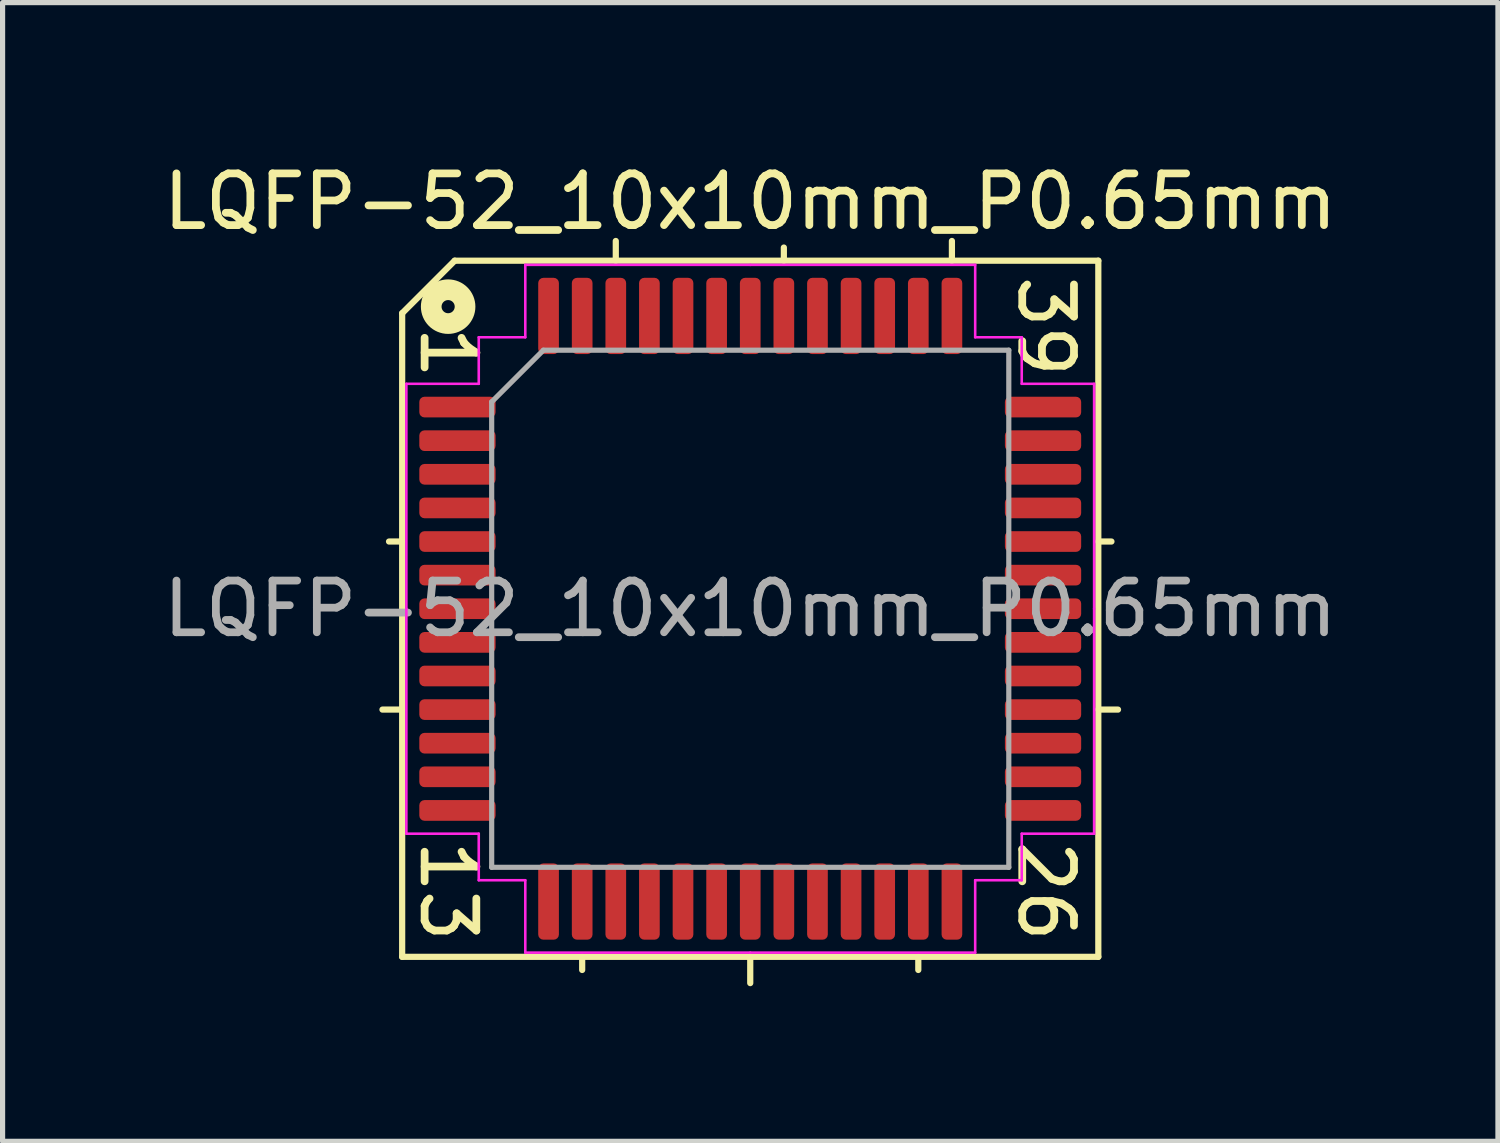
<source format=kicad_pcb>
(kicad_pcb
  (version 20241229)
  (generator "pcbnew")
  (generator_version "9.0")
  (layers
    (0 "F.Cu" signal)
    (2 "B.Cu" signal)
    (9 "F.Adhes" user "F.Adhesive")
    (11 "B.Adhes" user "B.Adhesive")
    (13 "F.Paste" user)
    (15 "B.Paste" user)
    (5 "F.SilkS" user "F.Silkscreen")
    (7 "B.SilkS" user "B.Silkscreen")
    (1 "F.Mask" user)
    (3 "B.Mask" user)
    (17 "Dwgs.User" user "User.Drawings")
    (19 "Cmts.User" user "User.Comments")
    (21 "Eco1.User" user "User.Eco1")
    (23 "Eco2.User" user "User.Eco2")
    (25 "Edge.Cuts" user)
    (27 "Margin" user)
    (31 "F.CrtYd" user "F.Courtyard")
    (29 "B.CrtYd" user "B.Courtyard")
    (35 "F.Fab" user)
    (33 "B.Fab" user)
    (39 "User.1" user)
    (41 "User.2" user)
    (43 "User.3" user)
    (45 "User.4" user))
  (footprint "LQFP-52_10x10mm_P0.65mm"
    (layer "F.Cu")
    (at 11.458 8.722)
    (property "Reference" "LQFP-52_10x10mm_P0.65mm" (at 0 -7.874 0) (layer "F.SilkS") (effects (font (size 1 1) (thickness 0.15))))
    (attr smd)
    (fp_line (start -6.731 -5.715) (end -6.731 6.731) (stroke (width 0.12) (type solid)) (layer "F.SilkS"))
    (fp_line (start -6.731 -1.3) (end -6.985 -1.3) (stroke (width 0.12) (type solid)) (layer "F.SilkS"))
    (fp_line (start -6.731 1.95) (end -7.112 1.95) (stroke (width 0.12) (type solid)) (layer "F.SilkS"))
    (fp_line (start -6.731 6.731) (end 6.731 6.731) (stroke (width 0.12) (type solid)) (layer "F.SilkS"))
    (fp_line (start -5.715 -6.731) (end -6.731 -5.715) (stroke (width 0.12) (type solid)) (layer "F.SilkS"))
    (fp_line (start -3.25 6.731) (end -3.25 6.985) (stroke (width 0.12) (type solid)) (layer "F.SilkS"))
    (fp_line (start -2.6 -6.731) (end -2.6 -7.112) (stroke (width 0.12) (type solid)) (layer "F.SilkS"))
    (fp_line (start 0 6.731) (end 0 7.239) (stroke (width 0.12) (type solid)) (layer "F.SilkS"))
    (fp_line (start 0.65 -6.731) (end 0.65 -6.985) (stroke (width 0.12) (type solid)) (layer "F.SilkS"))
    (fp_line (start 3.25 6.731) (end 3.25 6.985) (stroke (width 0.12) (type solid)) (layer "F.SilkS"))
    (fp_line (start 3.9 -6.731) (end 3.9 -7.112) (stroke (width 0.12) (type solid)) (layer "F.SilkS"))
    (fp_line (start 6.731 -6.731) (end -5.715 -6.731) (stroke (width 0.12) (type solid)) (layer "F.SilkS"))
    (fp_line (start 6.731 -1.3) (end 6.985 -1.3) (stroke (width 0.12) (type solid)) (layer "F.SilkS"))
    (fp_line (start 6.731 1.95) (end 7.112 1.95) (stroke (width 0.12) (type solid)) (layer "F.SilkS"))
    (fp_line (start 6.731 6.731) (end 6.731 -6.731) (stroke (width 0.12) (type solid)) (layer "F.SilkS"))
    (fp_circle (center -5.842 -5.842) (end -5.715 -5.842) (stroke (width 0.4) (type solid)) (fill no) (layer "F.SilkS"))
    (fp_line (start -6.65 -4.35) (end -6.65 0) (stroke (width 0.05) (type solid)) (layer "F.CrtYd"))
    (fp_line (start -6.65 4.35) (end -6.65 0) (stroke (width 0.05) (type solid)) (layer "F.CrtYd"))
    (fp_line (start -5.25 -5.25) (end -5.25 -4.35) (stroke (width 0.05) (type solid)) (layer "F.CrtYd"))
    (fp_line (start -5.25 -4.35) (end -6.65 -4.35) (stroke (width 0.05) (type solid)) (layer "F.CrtYd"))
    (fp_line (start -5.25 4.35) (end -6.65 4.35) (stroke (width 0.05) (type solid)) (layer "F.CrtYd"))
    (fp_line (start -5.25 5.25) (end -5.25 4.35) (stroke (width 0.05) (type solid)) (layer "F.CrtYd"))
    (fp_line (start -4.35 -6.65) (end -4.35 -5.25) (stroke (width 0.05) (type solid)) (layer "F.CrtYd"))
    (fp_line (start -4.35 -5.25) (end -5.25 -5.25) (stroke (width 0.05) (type solid)) (layer "F.CrtYd"))
    (fp_line (start -4.35 5.25) (end -5.25 5.25) (stroke (width 0.05) (type solid)) (layer "F.CrtYd"))
    (fp_line (start -4.35 6.65) (end -4.35 5.25) (stroke (width 0.05) (type solid)) (layer "F.CrtYd"))
    (fp_line (start 0 -6.65) (end -4.35 -6.65) (stroke (width 0.05) (type solid)) (layer "F.CrtYd"))
    (fp_line (start 0 -6.65) (end 4.35 -6.65) (stroke (width 0.05) (type solid)) (layer "F.CrtYd"))
    (fp_line (start 0 6.65) (end -4.35 6.65) (stroke (width 0.05) (type solid)) (layer "F.CrtYd"))
    (fp_line (start 0 6.65) (end 4.35 6.65) (stroke (width 0.05) (type solid)) (layer "F.CrtYd"))
    (fp_line (start 4.35 -6.65) (end 4.35 -5.25) (stroke (width 0.05) (type solid)) (layer "F.CrtYd"))
    (fp_line (start 4.35 -5.25) (end 5.25 -5.25) (stroke (width 0.05) (type solid)) (layer "F.CrtYd"))
    (fp_line (start 4.35 5.25) (end 5.25 5.25) (stroke (width 0.05) (type solid)) (layer "F.CrtYd"))
    (fp_line (start 4.35 6.65) (end 4.35 5.25) (stroke (width 0.05) (type solid)) (layer "F.CrtYd"))
    (fp_line (start 5.25 -5.25) (end 5.25 -4.35) (stroke (width 0.05) (type solid)) (layer "F.CrtYd"))
    (fp_line (start 5.25 -4.35) (end 6.65 -4.35) (stroke (width 0.05) (type solid)) (layer "F.CrtYd"))
    (fp_line (start 5.25 4.35) (end 6.65 4.35) (stroke (width 0.05) (type solid)) (layer "F.CrtYd"))
    (fp_line (start 5.25 5.25) (end 5.25 4.35) (stroke (width 0.05) (type solid)) (layer "F.CrtYd"))
    (fp_line (start 6.65 -4.35) (end 6.65 0) (stroke (width 0.05) (type solid)) (layer "F.CrtYd"))
    (fp_line (start 6.65 4.35) (end 6.65 0) (stroke (width 0.05) (type solid)) (layer "F.CrtYd"))
    (fp_line (start -5 -4) (end -4 -5) (stroke (width 0.1) (type solid)) (layer "F.Fab"))
    (fp_line (start -5 5) (end -5 -4) (stroke (width 0.1) (type solid)) (layer "F.Fab"))
    (fp_line (start -4 -5) (end 5 -5) (stroke (width 0.1) (type solid)) (layer "F.Fab"))
    (fp_line (start 5 -5) (end 5 5) (stroke (width 0.1) (type solid)) (layer "F.Fab"))
    (fp_line (start 5 5) (end -5 5) (stroke (width 0.1) (type solid)) (layer "F.Fab"))
    (fp_text user "13" (at -5.842 5.461 270) (unlocked yes) (layer "F.SilkS") (effects (font (size 1 1) (thickness 0.15))))
    (fp_text user "26" (at 5.715 5.461 270) (unlocked yes) (layer "F.SilkS") (effects (font (size 1 1) (thickness 0.15))))
    (fp_text user "1" (at -5.842 -4.953 270) (unlocked yes) (layer "F.SilkS") (effects (font (size 1 1) (thickness 0.15))))
    (fp_text user "39" (at 5.715 -5.461 270) (unlocked yes) (layer "F.SilkS") (effects (font (size 1 1) (thickness 0.15))))
    (fp_text user "${REFERENCE}" (at 0 0 0) (layer "F.Fab") (effects (font (size 1 1) (thickness 0.15))))
    (pad "1" smd roundrect (at -5.662 -3.9) (size 1.475 0.4) (layers "F.Cu" "F.Mask" "F.Paste") (roundrect_rratio 0.25))
    (pad "2" smd roundrect (at -5.662 -3.25) (size 1.475 0.4) (layers "F.Cu" "F.Mask" "F.Paste") (roundrect_rratio 0.25))
    (pad "3" smd roundrect (at -5.662 -2.6) (size 1.475 0.4) (layers "F.Cu" "F.Mask" "F.Paste") (roundrect_rratio 0.25))
    (pad "4" smd roundrect (at -5.662 -1.95) (size 1.475 0.4) (layers "F.Cu" "F.Mask" "F.Paste") (roundrect_rratio 0.25))
    (pad "5" smd roundrect (at -5.662 -1.3) (size 1.475 0.4) (layers "F.Cu" "F.Mask" "F.Paste") (roundrect_rratio 0.25))
    (pad "6" smd roundrect (at -5.662 -0.65) (size 1.475 0.4) (layers "F.Cu" "F.Mask" "F.Paste") (roundrect_rratio 0.25))
    (pad "7" smd roundrect (at -5.662 0) (size 1.475 0.4) (layers "F.Cu" "F.Mask" "F.Paste") (roundrect_rratio 0.25))
    (pad "8" smd roundrect (at -5.662 0.65) (size 1.475 0.4) (layers "F.Cu" "F.Mask" "F.Paste") (roundrect_rratio 0.25))
    (pad "9" smd roundrect (at -5.662 1.3) (size 1.475 0.4) (layers "F.Cu" "F.Mask" "F.Paste") (roundrect_rratio 0.25))
    (pad "10" smd roundrect (at -5.662 1.95) (size 1.475 0.4) (layers "F.Cu" "F.Mask" "F.Paste") (roundrect_rratio 0.25))
    (pad "11" smd roundrect (at -5.662 2.6) (size 1.475 0.4) (layers "F.Cu" "F.Mask" "F.Paste") (roundrect_rratio 0.25))
    (pad "12" smd roundrect (at -5.662 3.25) (size 1.475 0.4) (layers "F.Cu" "F.Mask" "F.Paste") (roundrect_rratio 0.25))
    (pad "13" smd roundrect (at -5.662 3.9) (size 1.475 0.4) (layers "F.Cu" "F.Mask" "F.Paste") (roundrect_rratio 0.25))
    (pad "14" smd roundrect (at -3.9 5.662) (size 0.4 1.475) (layers "F.Cu" "F.Mask" "F.Paste") (roundrect_rratio 0.25))
    (pad "15" smd roundrect (at -3.25 5.662) (size 0.4 1.475) (layers "F.Cu" "F.Mask" "F.Paste") (roundrect_rratio 0.25))
    (pad "16" smd roundrect (at -2.6 5.662) (size 0.4 1.475) (layers "F.Cu" "F.Mask" "F.Paste") (roundrect_rratio 0.25))
    (pad "17" smd roundrect (at -1.95 5.662) (size 0.4 1.475) (layers "F.Cu" "F.Mask" "F.Paste") (roundrect_rratio 0.25))
    (pad "18" smd roundrect (at -1.3 5.662) (size 0.4 1.475) (layers "F.Cu" "F.Mask" "F.Paste") (roundrect_rratio 0.25))
    (pad "19" smd roundrect (at -0.65 5.662) (size 0.4 1.475) (layers "F.Cu" "F.Mask" "F.Paste") (roundrect_rratio 0.25))
    (pad "20" smd roundrect (at 0 5.662) (size 0.4 1.475) (layers "F.Cu" "F.Mask" "F.Paste") (roundrect_rratio 0.25))
    (pad "21" smd roundrect (at 0.65 5.662) (size 0.4 1.475) (layers "F.Cu" "F.Mask" "F.Paste") (roundrect_rratio 0.25))
    (pad "22" smd roundrect (at 1.3 5.662) (size 0.4 1.475) (layers "F.Cu" "F.Mask" "F.Paste") (roundrect_rratio 0.25))
    (pad "23" smd roundrect (at 1.95 5.662) (size 0.4 1.475) (layers "F.Cu" "F.Mask" "F.Paste") (roundrect_rratio 0.25))
    (pad "24" smd roundrect (at 2.6 5.662) (size 0.4 1.475) (layers "F.Cu" "F.Mask" "F.Paste") (roundrect_rratio 0.25))
    (pad "25" smd roundrect (at 3.25 5.662) (size 0.4 1.475) (layers "F.Cu" "F.Mask" "F.Paste") (roundrect_rratio 0.25))
    (pad "26" smd roundrect (at 3.9 5.662) (size 0.4 1.475) (layers "F.Cu" "F.Mask" "F.Paste") (roundrect_rratio 0.25))
    (pad "27" smd roundrect (at 5.662 3.9) (size 1.475 0.4) (layers "F.Cu" "F.Mask" "F.Paste") (roundrect_rratio 0.25))
    (pad "28" smd roundrect (at 5.662 3.25) (size 1.475 0.4) (layers "F.Cu" "F.Mask" "F.Paste") (roundrect_rratio 0.25))
    (pad "29" smd roundrect (at 5.662 2.6) (size 1.475 0.4) (layers "F.Cu" "F.Mask" "F.Paste") (roundrect_rratio 0.25))
    (pad "30" smd roundrect (at 5.662 1.95) (size 1.475 0.4) (layers "F.Cu" "F.Mask" "F.Paste") (roundrect_rratio 0.25))
    (pad "31" smd roundrect (at 5.662 1.3) (size 1.475 0.4) (layers "F.Cu" "F.Mask" "F.Paste") (roundrect_rratio 0.25))
    (pad "32" smd roundrect (at 5.662 0.65) (size 1.475 0.4) (layers "F.Cu" "F.Mask" "F.Paste") (roundrect_rratio 0.25))
    (pad "33" smd roundrect (at 5.662 0) (size 1.475 0.4) (layers "F.Cu" "F.Mask" "F.Paste") (roundrect_rratio 0.25))
    (pad "34" smd roundrect (at 5.662 -0.65) (size 1.475 0.4) (layers "F.Cu" "F.Mask" "F.Paste") (roundrect_rratio 0.25))
    (pad "35" smd roundrect (at 5.662 -1.3) (size 1.475 0.4) (layers "F.Cu" "F.Mask" "F.Paste") (roundrect_rratio 0.25))
    (pad "36" smd roundrect (at 5.662 -1.95) (size 1.475 0.4) (layers "F.Cu" "F.Mask" "F.Paste") (roundrect_rratio 0.25))
    (pad "37" smd roundrect (at 5.662 -2.6) (size 1.475 0.4) (layers "F.Cu" "F.Mask" "F.Paste") (roundrect_rratio 0.25))
    (pad "38" smd roundrect (at 5.662 -3.25) (size 1.475 0.4) (layers "F.Cu" "F.Mask" "F.Paste") (roundrect_rratio 0.25))
    (pad "39" smd roundrect (at 5.662 -3.9) (size 1.475 0.4) (layers "F.Cu" "F.Mask" "F.Paste") (roundrect_rratio 0.25))
    (pad "40" smd roundrect (at 3.9 -5.662) (size 0.4 1.475) (layers "F.Cu" "F.Mask" "F.Paste") (roundrect_rratio 0.25))
    (pad "41" smd roundrect (at 3.25 -5.662) (size 0.4 1.475) (layers "F.Cu" "F.Mask" "F.Paste") (roundrect_rratio 0.25))
    (pad "42" smd roundrect (at 2.6 -5.662) (size 0.4 1.475) (layers "F.Cu" "F.Mask" "F.Paste") (roundrect_rratio 0.25))
    (pad "43" smd roundrect (at 1.95 -5.662) (size 0.4 1.475) (layers "F.Cu" "F.Mask" "F.Paste") (roundrect_rratio 0.25))
    (pad "44" smd roundrect (at 1.3 -5.662) (size 0.4 1.475) (layers "F.Cu" "F.Mask" "F.Paste") (roundrect_rratio 0.25))
    (pad "45" smd roundrect (at 0.65 -5.662) (size 0.4 1.475) (layers "F.Cu" "F.Mask" "F.Paste") (roundrect_rratio 0.25))
    (pad "46" smd roundrect (at 0 -5.662) (size 0.4 1.475) (layers "F.Cu" "F.Mask" "F.Paste") (roundrect_rratio 0.25))
    (pad "47" smd roundrect (at -0.65 -5.662) (size 0.4 1.475) (layers "F.Cu" "F.Mask" "F.Paste") (roundrect_rratio 0.25))
    (pad "48" smd roundrect (at -1.3 -5.662) (size 0.4 1.475) (layers "F.Cu" "F.Mask" "F.Paste") (roundrect_rratio 0.25))
    (pad "49" smd roundrect (at -1.95 -5.662) (size 0.4 1.475) (layers "F.Cu" "F.Mask" "F.Paste") (roundrect_rratio 0.25))
    (pad "50" smd roundrect (at -2.6 -5.662) (size 0.4 1.475) (layers "F.Cu" "F.Mask" "F.Paste") (roundrect_rratio 0.25))
    (pad "51" smd roundrect (at -3.25 -5.662) (size 0.4 1.475) (layers "F.Cu" "F.Mask" "F.Paste") (roundrect_rratio 0.25))
    (pad "52" smd roundrect (at -3.9 -5.662) (size 0.4 1.475) (layers "F.Cu" "F.Mask" "F.Paste") (roundrect_rratio 0.25)))
  (gr_rect
    (start -3 -3)
    (end 25.917 19.021)
    (stroke (width 0.1) (type default))
    (fill no)
    (layer "Edge.Cuts")))
</source>
